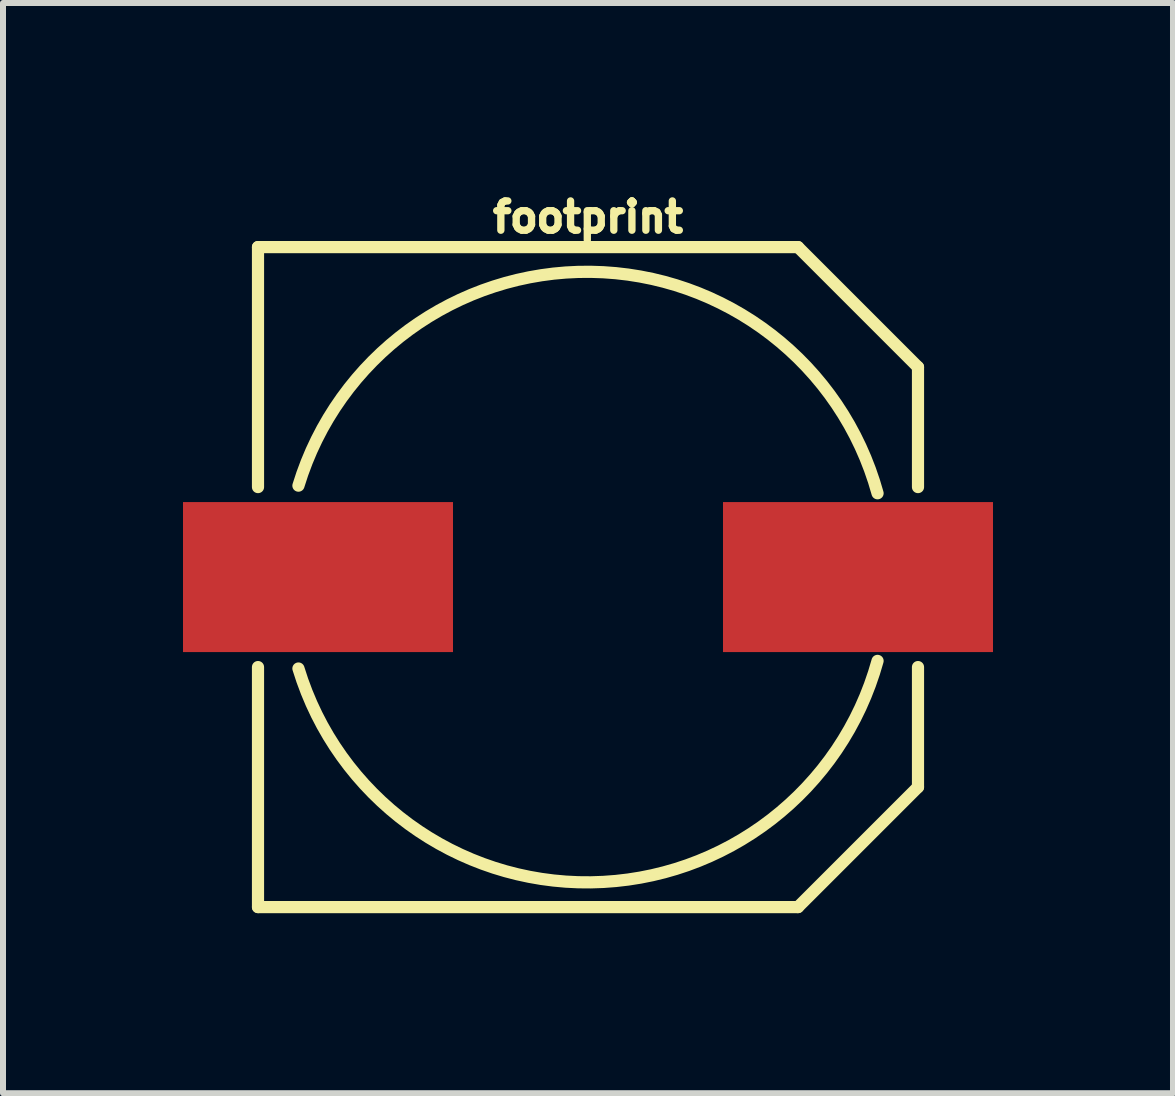
<source format=kicad_pcb>
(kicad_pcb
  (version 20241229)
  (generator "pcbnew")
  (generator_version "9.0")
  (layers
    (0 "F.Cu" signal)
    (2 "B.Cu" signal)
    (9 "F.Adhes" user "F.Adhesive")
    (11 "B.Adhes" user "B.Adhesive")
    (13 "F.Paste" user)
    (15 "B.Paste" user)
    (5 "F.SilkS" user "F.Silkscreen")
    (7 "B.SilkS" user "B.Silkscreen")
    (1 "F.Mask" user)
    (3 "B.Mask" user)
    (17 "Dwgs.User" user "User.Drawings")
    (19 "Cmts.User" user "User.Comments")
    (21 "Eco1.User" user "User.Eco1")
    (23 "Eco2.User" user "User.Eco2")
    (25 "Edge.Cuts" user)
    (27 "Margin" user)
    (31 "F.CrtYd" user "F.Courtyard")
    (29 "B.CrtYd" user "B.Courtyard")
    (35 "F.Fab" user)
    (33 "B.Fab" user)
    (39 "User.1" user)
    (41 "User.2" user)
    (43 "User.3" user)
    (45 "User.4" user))
  (footprint "footprint"
    (layer "F.Cu")
    (at 6.75 6.568)
    (property "Reference" "footprint" (at 0 -5.715 0) (layer "F.SilkS") (effects (font (size 0.488 0.488) (thickness 0.122)) (justify bottom)))
    (fp_line (start -5.5 -5.5) (end 3.5 -5.5) (stroke (width 0.203) (type solid)) (layer "F.SilkS"))
    (fp_line (start -5.5 -1.5) (end -5.5 -5.5) (stroke (width 0.203) (type solid)) (layer "F.SilkS"))
    (fp_line (start -5.5 5.5) (end -5.5 1.5) (stroke (width 0.203) (type solid)) (layer "F.SilkS"))
    (fp_line (start -5.5 5.5) (end 3.5 5.5) (stroke (width 0.203) (type solid)) (layer "F.SilkS"))
    (fp_line (start 3.5 -5.5) (end 5.5 -3.5) (stroke (width 0.203) (type solid)) (layer "F.SilkS"))
    (fp_line (start 5.5 -3.5) (end 5.5 -1.5) (stroke (width 0.203) (type solid)) (layer "F.SilkS"))
    (fp_line (start 5.5 3.5) (end 3.5 5.5) (stroke (width 0.203) (type solid)) (layer "F.SilkS"))
    (fp_line (start 5.5 3.5) (end 5.5 1.5) (stroke (width 0.203) (type solid)) (layer "F.SilkS"))
    (fp_arc (start -4.826 -1.524) (mid 0.047728 -5.087792) (end 4.826001 -1.397) (stroke (width 0.2032) (type solid)) (layer "F.SilkS"))
    (fp_arc (start 4.826001 1.397) (mid 0.047728 5.087792) (end -4.826 1.524) (stroke (width 0.2032) (type solid)) (layer "F.SilkS"))
    (pad "+" smd rect (at 4.5 0) (size 4.5 2.5) (layers "F.Cu" "F.Mask" "F.Paste"))
    (pad "-" smd rect (at -4.5 0) (size 4.5 2.5) (layers "F.Cu" "F.Mask" "F.Paste")))
  (gr_rect
    (start -3 -3)
    (end 16.5 15.17)
    (stroke (width 0.1) (type default))
    (fill no)
    (layer "Edge.Cuts")))
</source>
